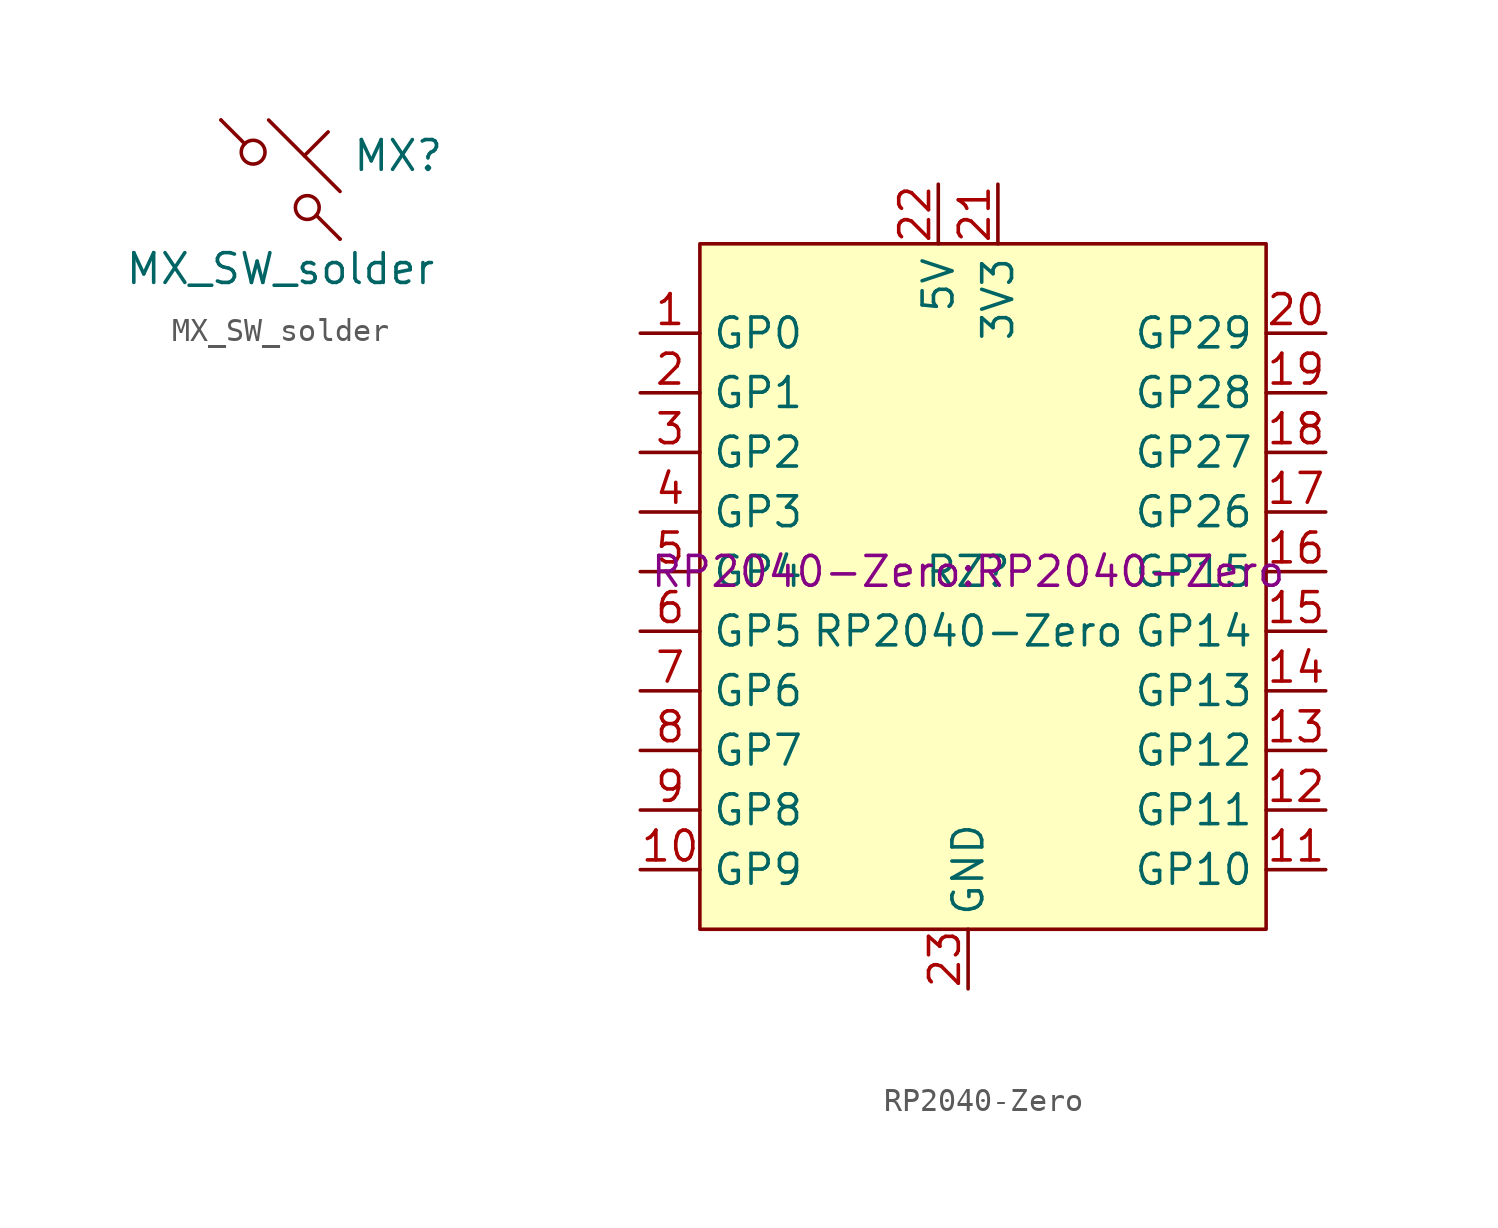
<source format=kicad_sym>
(kicad_symbol_lib
  (version 20241209)
  (generator "kicad_symbol_editor")
  (generator_version "9.0")
  (symbol "MX_SW_solder"
    (pin_numbers
      (hide yes))
    (pin_names
      (offset 1.016)
      (hide yes))
    (property "Reference" "MX"
      (at 3.048 1.016 0)
      (effects (font (size 1.27 1.27)) (justify left)))
    (property "Value" "MX_SW_solder"
      (at 0 -3.81 0)
      (effects (font (size 1.27 1.27))))
    (symbol "MX_SW_solder_0_1"
      (polyline (pts (xy -2.54 2.54) (xy -1.524 1.524) (xy -1.524 1.524)) (stroke (width 0) (type default)) (fill (type none)))
      (circle (center -1.168 1.168) (radius 0.508) (stroke (width 0) (type default)) (fill (type none)))
      (polyline (pts (xy -0.508 2.54) (xy 2.54 -0.508)) (stroke (width 0) (type default)) (fill (type none)))
      (polyline (pts (xy 1.016 1.016) (xy 2.032 2.032)) (stroke (width 0) (type default)) (fill (type none)))
      (circle (center 1.143 -1.194) (radius 0.508) (stroke (width 0) (type default)) (fill (type none)))
      (polyline (pts (xy 1.524 -1.524) (xy 2.54 -2.54) (xy 2.54 -2.54) (xy 2.54 -2.54)) (stroke (width 0) (type default)) (fill (type none)))
      (pin passive line (at -2.54 2.54 0) (length 0) (name "1" (effects (font (size 1.27 1.27)))) (number "1" (effects (font (size 1.27 1.27)))))
      (pin passive line (at 2.54 -2.54 180) (length 0) (name "2" (effects (font (size 1.27 1.27)))) (number "2" (effects (font (size 1.27 1.27)))))))
  (symbol "RP2040-Zero"
    (property "Reference" "RZ"
      (at 0 0 0)
      (effects (font (size 1.27 1.27))))
    (property "Value" "RP2040-Zero"
      (at 0 -2.54 0)
      (effects (font (size 1.27 1.27))))
    (property "Footprint" "RP2040-Zero:RP2040-Zero"
      (at 0 0 0)
      (effects (font (size 1.27 1.27))))
    (symbol "RP2040-Zero_0_1"
      (rectangle (start -11.43 -15.24) (end 12.7 13.97) (stroke (width 0) (type default)) (fill (type background))))
    (symbol "RP2040-Zero_1_1"
      (pin bidirectional line (at -13.97 10.16 0) (length 2.54) (name "GP0" (effects (font (size 1.27 1.27)))) (number "1" (effects (font (size 1.27 1.27)))))
      (pin bidirectional line (at -13.97 7.62 0) (length 2.54) (name "GP1" (effects (font (size 1.27 1.27)))) (number "2" (effects (font (size 1.27 1.27)))))
      (pin bidirectional line (at -13.97 5.08 0) (length 2.54) (name "GP2" (effects (font (size 1.27 1.27)))) (number "3" (effects (font (size 1.27 1.27)))))
      (pin bidirectional line (at -13.97 2.54 0) (length 2.54) (name "GP3" (effects (font (size 1.27 1.27)))) (number "4" (effects (font (size 1.27 1.27)))))
      (pin bidirectional line (at -13.97 0 0) (length 2.54) (name "GP4" (effects (font (size 1.27 1.27)))) (number "5" (effects (font (size 1.27 1.27)))))
      (pin bidirectional line (at -13.97 -2.54 0) (length 2.54) (name "GP5" (effects (font (size 1.27 1.27)))) (number "6" (effects (font (size 1.27 1.27)))))
      (pin bidirectional line (at -13.97 -5.08 0) (length 2.54) (name "GP6" (effects (font (size 1.27 1.27)))) (number "7" (effects (font (size 1.27 1.27)))))
      (pin bidirectional line (at -13.97 -7.62 0) (length 2.54) (name "GP7" (effects (font (size 1.27 1.27)))) (number "8" (effects (font (size 1.27 1.27)))))
      (pin bidirectional line (at -13.97 -10.16 0) (length 2.54) (name "GP8" (effects (font (size 1.27 1.27)))) (number "9" (effects (font (size 1.27 1.27)))))
      (pin bidirectional line (at -13.97 -12.7 0) (length 2.54) (name "GP9" (effects (font (size 1.27 1.27)))) (number "10" (effects (font (size 1.27 1.27)))))
      (pin power_in line (at -1.27 16.51 270) (length 2.54) (name "5V" (effects (font (size 1.27 1.27)))) (number "22" (effects (font (size 1.27 1.27)))))
      (pin power_in line (at 0 -17.78 90) (length 2.54) (name "GND" (effects (font (size 1.27 1.27)))) (number "23" (effects (font (size 1.27 1.27)))))
      (pin power_in line (at 1.27 16.51 270) (length 2.54) (name "3V3" (effects (font (size 1.27 1.27)))) (number "21" (effects (font (size 1.27 1.27)))))
      (pin bidirectional line (at 15.24 10.16 180) (length 2.54) (name "GP29" (effects (font (size 1.27 1.27)))) (number "20" (effects (font (size 1.27 1.27)))))
      (pin bidirectional line (at 15.24 7.62 180) (length 2.54) (name "GP28" (effects (font (size 1.27 1.27)))) (number "19" (effects (font (size 1.27 1.27)))))
      (pin bidirectional line (at 15.24 5.08 180) (length 2.54) (name "GP27" (effects (font (size 1.27 1.27)))) (number "18" (effects (font (size 1.27 1.27)))))
      (pin bidirectional line (at 15.24 2.54 180) (length 2.54) (name "GP26" (effects (font (size 1.27 1.27)))) (number "17" (effects (font (size 1.27 1.27)))))
      (pin bidirectional line (at 15.24 0 180) (length 2.54) (name "GP15" (effects (font (size 1.27 1.27)))) (number "16" (effects (font (size 1.27 1.27)))))
      (pin bidirectional line (at 15.24 -2.54 180) (length 2.54) (name "GP14" (effects (font (size 1.27 1.27)))) (number "15" (effects (font (size 1.27 1.27)))))
      (pin bidirectional line (at 15.24 -5.08 180) (length 2.54) (name "GP13" (effects (font (size 1.27 1.27)))) (number "14" (effects (font (size 1.27 1.27)))))
      (pin bidirectional line (at 15.24 -7.62 180) (length 2.54) (name "GP12" (effects (font (size 1.27 1.27)))) (number "13" (effects (font (size 1.27 1.27)))))
      (pin bidirectional line (at 15.24 -10.16 180) (length 2.54) (name "GP11" (effects (font (size 1.27 1.27)))) (number "12" (effects (font (size 1.27 1.27)))))
      (pin bidirectional line (at 15.24 -12.7 180) (length 2.54) (name "GP10" (effects (font (size 1.27 1.27)))) (number "11" (effects (font (size 1.27 1.27))))))))
</source>
